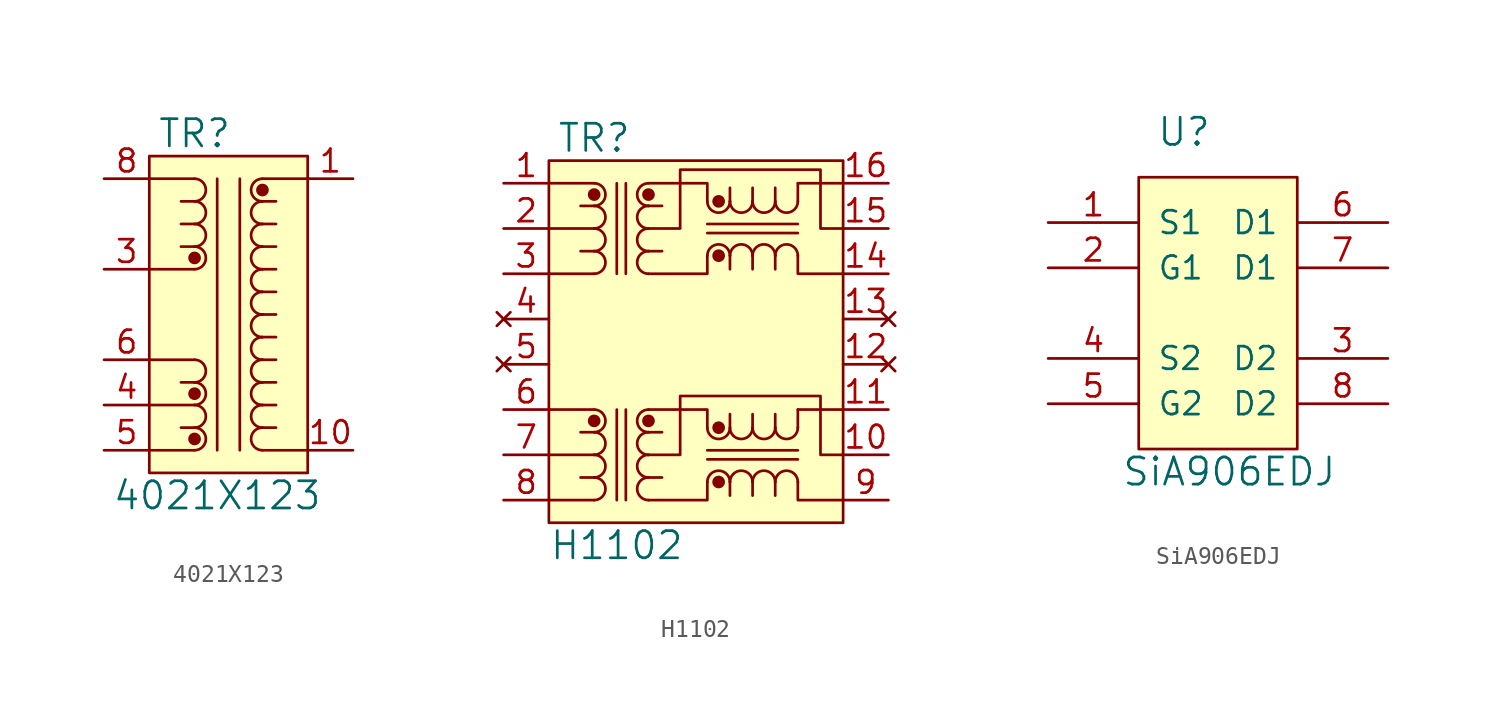
<source format=kicad_sym>
(kicad_symbol_lib
  (version 20231120)
  (generator "kicad_symbol_editor")
  (generator_version "8.0")
  (symbol "4021X123"
    (pin_names
      (offset 1.016))
    (property "Reference" "TR"
      (at 2.54 19.05 0)
      (effects (font (size 1.524 1.524))))
    (property "Value" "4021X123"
      (at 3.81 -1.27 0)
      (effects (font (size 1.524 1.524))))
    (symbol "4021X123_1_1"
      (polyline (pts (xy 0 1.27) (xy 2.54 1.27)) (stroke (width 0) (type default)) (fill (type none)))
      (polyline (pts (xy 0 3.81) (xy 2.54 3.81)) (stroke (width 0) (type default)) (fill (type none)))
      (polyline (pts (xy 0 6.35) (xy 2.54 6.35)) (stroke (width 0) (type default)) (fill (type none)))
      (polyline (pts (xy 0 11.43) (xy 2.54 11.43)) (stroke (width 0) (type default)) (fill (type none)))
      (polyline (pts (xy 0 16.51) (xy 2.54 16.51)) (stroke (width 0) (type default)) (fill (type none)))
      (polyline (pts (xy 2.54 2.54) (xy 1.778 2.54)) (stroke (width 0) (type default)) (fill (type none)))
      (polyline (pts (xy 2.54 5.08) (xy 1.778 5.08)) (stroke (width 0) (type default)) (fill (type none)))
      (polyline (pts (xy 2.54 12.7) (xy 1.778 12.7)) (stroke (width 0) (type default)) (fill (type none)))
      (polyline (pts (xy 2.54 13.97) (xy 1.778 13.97)) (stroke (width 0) (type default)) (fill (type none)))
      (polyline (pts (xy 2.54 15.24) (xy 1.778 15.24)) (stroke (width 0) (type default)) (fill (type none)))
      (polyline (pts (xy 3.81 16.51) (xy 3.81 1.27)) (stroke (width 0) (type default)) (fill (type none)))
      (polyline (pts (xy 5.08 1.27) (xy 5.08 16.51)) (stroke (width 0) (type default)) (fill (type none)))
      (polyline (pts (xy 6.35 1.27) (xy 8.89 1.27)) (stroke (width 0) (type default)) (fill (type none)))
      (polyline (pts (xy 6.35 2.54) (xy 7.112 2.54)) (stroke (width 0) (type default)) (fill (type none)))
      (polyline (pts (xy 6.35 3.81) (xy 7.112 3.81)) (stroke (width 0) (type default)) (fill (type none)))
      (polyline (pts (xy 6.35 5.08) (xy 7.112 5.08)) (stroke (width 0) (type default)) (fill (type none)))
      (polyline (pts (xy 6.35 6.35) (xy 7.112 6.35)) (stroke (width 0) (type default)) (fill (type none)))
      (polyline (pts (xy 6.35 7.62) (xy 7.112 7.62)) (stroke (width 0) (type default)) (fill (type none)))
      (polyline (pts (xy 6.35 8.89) (xy 7.112 8.89)) (stroke (width 0) (type default)) (fill (type none)))
      (polyline (pts (xy 6.35 10.16) (xy 7.112 10.16)) (stroke (width 0) (type default)) (fill (type none)))
      (polyline (pts (xy 6.35 11.43) (xy 7.112 11.43)) (stroke (width 0) (type default)) (fill (type none)))
      (polyline (pts (xy 6.35 12.7) (xy 7.112 12.7)) (stroke (width 0) (type default)) (fill (type none)))
      (polyline (pts (xy 6.35 13.97) (xy 7.112 13.97)) (stroke (width 0) (type default)) (fill (type none)))
      (polyline (pts (xy 6.35 15.24) (xy 7.112 15.24)) (stroke (width 0) (type default)) (fill (type none)))
      (polyline (pts (xy 6.35 16.51) (xy 8.89 16.51)) (stroke (width 0) (type default)) (fill (type none)))
      (rectangle (start 0 17.78) (end 8.89 0) (stroke (width 0) (type default)) (fill (type background)))
      (arc (start 2.54 1.27) (mid 3.1722 1.905) (end 2.54 2.54) (stroke (width 0) (type default)) (fill (type none)))
      (circle (center 2.54 1.905) (radius 0.279) (stroke (width 0) (type default)) (fill (type outline)))
      (arc (start 2.54 2.54) (mid 3.1722 3.175) (end 2.54 3.81) (stroke (width 0) (type default)) (fill (type none)))
      (arc (start 2.54 3.81) (mid 3.1722 4.445) (end 2.54 5.08) (stroke (width 0) (type default)) (fill (type none)))
      (circle (center 2.54 4.445) (radius 0.279) (stroke (width 0) (type default)) (fill (type outline)))
      (arc (start 2.54 5.08) (mid 3.1722 5.715) (end 2.54 6.35) (stroke (width 0) (type default)) (fill (type none)))
      (arc (start 2.54 11.43) (mid 3.1722 12.065) (end 2.54 12.7) (stroke (width 0) (type default)) (fill (type none)))
      (circle (center 2.54 12.065) (radius 0.279) (stroke (width 0) (type default)) (fill (type outline)))
      (arc (start 2.54 15.24) (mid 3.1722 15.875) (end 2.54 16.51) (stroke (width 0) (type default)) (fill (type none)))
      (arc (start 2.5427 12.7) (mid 3.175 13.335) (end 2.5427 13.97) (stroke (width 0) (type default)) (fill (type none)))
      (arc (start 2.5427 13.97) (mid 3.175 14.605) (end 2.5427 15.24) (stroke (width 0) (type default)) (fill (type none)))
      (arc (start 6.3473 2.54) (mid 5.715 1.905) (end 6.3473 1.27) (stroke (width 0) (type default)) (fill (type none)))
      (arc (start 6.3473 3.81) (mid 5.715 3.175) (end 6.3473 2.54) (stroke (width 0) (type default)) (fill (type none)))
      (arc (start 6.3473 5.08) (mid 5.715 4.445) (end 6.3473 3.81) (stroke (width 0) (type default)) (fill (type none)))
      (arc (start 6.3473 6.35) (mid 5.715 5.715) (end 6.3473 5.08) (stroke (width 0) (type default)) (fill (type none)))
      (arc (start 6.3473 7.62) (mid 5.715 6.985) (end 6.3473 6.35) (stroke (width 0) (type default)) (fill (type none)))
      (arc (start 6.3473 8.89) (mid 5.715 8.255) (end 6.3473 7.62) (stroke (width 0) (type default)) (fill (type none)))
      (arc (start 6.3473 10.16) (mid 5.715 9.525) (end 6.3473 8.89) (stroke (width 0) (type default)) (fill (type none)))
      (arc (start 6.3473 11.43) (mid 5.715 10.795) (end 6.3473 10.16) (stroke (width 0) (type default)) (fill (type none)))
      (arc (start 6.3473 12.7) (mid 5.715 12.065) (end 6.3473 11.43) (stroke (width 0) (type default)) (fill (type none)))
      (arc (start 6.3473 13.97) (mid 5.715 13.335) (end 6.3473 12.7) (stroke (width 0) (type default)) (fill (type none)))
      (arc (start 6.3473 15.24) (mid 5.715 14.605) (end 6.3473 13.97) (stroke (width 0) (type default)) (fill (type none)))
      (arc (start 6.3473 16.51) (mid 5.715 15.875) (end 6.3473 15.24) (stroke (width 0) (type default)) (fill (type none)))
      (circle (center 6.35 15.875) (radius 0.279) (stroke (width 0) (type default)) (fill (type outline)))
      (pin bidirectional line (at 11.43 16.51 180) (length 2.54) (name "~" (effects (font (size 1.27 1.27)))) (number "1" (effects (font (size 1.27 1.27)))))
      (pin bidirectional line (at 11.43 1.27 180) (length 2.54) (name "~" (effects (font (size 1.27 1.27)))) (number "10" (effects (font (size 1.27 1.27)))))
      (pin bidirectional line (at -2.54 11.43 0) (length 2.54) (name "~" (effects (font (size 1.27 1.27)))) (number "3" (effects (font (size 1.27 1.27)))))
      (pin bidirectional line (at -2.54 3.81 0) (length 2.54) (name "~" (effects (font (size 1.27 1.27)))) (number "4" (effects (font (size 1.27 1.27)))))
      (pin bidirectional line (at -2.54 1.27 0) (length 2.54) (name "~" (effects (font (size 1.27 1.27)))) (number "5" (effects (font (size 1.27 1.27)))))
      (pin bidirectional line (at -2.54 6.35 0) (length 2.54) (name "~" (effects (font (size 1.27 1.27)))) (number "6" (effects (font (size 1.27 1.27)))))
      (pin bidirectional line (at -2.54 16.51 0) (length 2.54) (name "~" (effects (font (size 1.27 1.27)))) (number "8" (effects (font (size 1.27 1.27)))))))
  (symbol "H1102"
    (pin_names
      (offset 1.016))
    (property "Reference" "TR"
      (at 2.54 21.59 0)
      (effects (font (size 1.524 1.524))))
    (property "Value" "H1102"
      (at 3.81 -1.27 0)
      (effects (font (size 1.524 1.524))))
    (symbol "H1102_1_1"
      (polyline (pts (xy 0 1.27) (xy 2.54 1.27)) (stroke (width 0) (type default)) (fill (type none)))
      (polyline (pts (xy 0 3.81) (xy 2.54 3.81)) (stroke (width 0) (type default)) (fill (type none)))
      (polyline (pts (xy 0 6.35) (xy 2.54 6.35)) (stroke (width 0) (type default)) (fill (type none)))
      (polyline (pts (xy 0 13.97) (xy 2.54 13.97)) (stroke (width 0) (type default)) (fill (type none)))
      (polyline (pts (xy 0 16.51) (xy 2.54 16.51)) (stroke (width 0) (type default)) (fill (type none)))
      (polyline (pts (xy 0 19.05) (xy 2.54 19.05)) (stroke (width 0) (type default)) (fill (type none)))
      (polyline (pts (xy 2.54 2.54) (xy 1.778 2.54)) (stroke (width 0) (type default)) (fill (type none)))
      (polyline (pts (xy 2.54 5.08) (xy 1.778 5.08)) (stroke (width 0) (type default)) (fill (type none)))
      (polyline (pts (xy 2.54 15.24) (xy 1.778 15.24)) (stroke (width 0) (type default)) (fill (type none)))
      (polyline (pts (xy 2.54 17.78) (xy 1.778 17.78)) (stroke (width 0) (type default)) (fill (type none)))
      (polyline (pts (xy 3.81 6.35) (xy 3.81 1.27)) (stroke (width 0) (type default)) (fill (type none)))
      (polyline (pts (xy 3.81 19.05) (xy 3.81 13.97)) (stroke (width 0) (type default)) (fill (type none)))
      (polyline (pts (xy 4.318 1.27) (xy 4.318 6.35)) (stroke (width 0) (type default)) (fill (type none)))
      (polyline (pts (xy 4.318 13.97) (xy 4.318 19.05)) (stroke (width 0) (type default)) (fill (type none)))
      (polyline (pts (xy 5.588 2.54) (xy 6.35 2.54)) (stroke (width 0) (type default)) (fill (type none)))
      (polyline (pts (xy 5.588 5.08) (xy 6.35 5.08)) (stroke (width 0) (type default)) (fill (type none)))
      (polyline (pts (xy 5.588 15.24) (xy 6.35 15.24)) (stroke (width 0) (type default)) (fill (type none)))
      (polyline (pts (xy 5.588 17.78) (xy 6.35 17.78)) (stroke (width 0) (type default)) (fill (type none)))
      (polyline (pts (xy 8.89 3.556) (xy 13.97 3.556)) (stroke (width 0) (type default)) (fill (type none)))
      (polyline (pts (xy 8.89 16.256) (xy 13.97 16.256)) (stroke (width 0) (type default)) (fill (type none)))
      (polyline (pts (xy 10.16 2.286) (xy 10.16 1.524)) (stroke (width 0) (type default)) (fill (type none)))
      (polyline (pts (xy 10.16 5.334) (xy 10.16 6.096)) (stroke (width 0) (type default)) (fill (type none)))
      (polyline (pts (xy 10.16 14.986) (xy 10.16 14.224)) (stroke (width 0) (type default)) (fill (type none)))
      (polyline (pts (xy 10.16 18.034) (xy 10.16 18.796)) (stroke (width 0) (type default)) (fill (type none)))
      (polyline (pts (xy 11.43 2.286) (xy 11.43 1.524)) (stroke (width 0) (type default)) (fill (type none)))
      (polyline (pts (xy 11.43 5.334) (xy 11.43 6.096)) (stroke (width 0) (type default)) (fill (type none)))
      (polyline (pts (xy 11.43 14.986) (xy 11.43 14.224)) (stroke (width 0) (type default)) (fill (type none)))
      (polyline (pts (xy 11.43 18.034) (xy 11.43 18.796)) (stroke (width 0) (type default)) (fill (type none)))
      (polyline (pts (xy 12.7 2.286) (xy 12.7 1.524)) (stroke (width 0) (type default)) (fill (type none)))
      (polyline (pts (xy 12.7 5.334) (xy 12.7 6.096)) (stroke (width 0) (type default)) (fill (type none)))
      (polyline (pts (xy 12.7 14.986) (xy 12.7 14.224)) (stroke (width 0) (type default)) (fill (type none)))
      (polyline (pts (xy 12.7 18.034) (xy 12.7 18.796)) (stroke (width 0) (type default)) (fill (type none)))
      (polyline (pts (xy 13.97 4.064) (xy 8.89 4.064)) (stroke (width 0) (type default)) (fill (type none)))
      (polyline (pts (xy 13.97 6.35) (xy 13.97 5.334)) (stroke (width 0) (type default)) (fill (type none)))
      (polyline (pts (xy 13.97 6.35) (xy 16.51 6.35)) (stroke (width 0) (type default)) (fill (type none)))
      (polyline (pts (xy 13.97 16.764) (xy 8.89 16.764)) (stroke (width 0) (type default)) (fill (type none)))
      (polyline (pts (xy 13.97 19.05) (xy 13.97 18.034)) (stroke (width 0) (type default)) (fill (type none)))
      (polyline (pts (xy 13.97 19.05) (xy 16.51 19.05)) (stroke (width 0) (type default)) (fill (type none)))
      (polyline (pts (xy 5.588 1.27) (xy 8.89 1.27) (xy 8.89 2.286)) (stroke (width 0) (type default)) (fill (type none)))
      (polyline (pts (xy 5.588 13.97) (xy 8.89 13.97) (xy 8.89 14.986)) (stroke (width 0) (type default)) (fill (type none)))
      (polyline (pts (xy 8.89 5.334) (xy 8.89 6.35) (xy 5.588 6.35)) (stroke (width 0) (type default)) (fill (type none)))
      (polyline (pts (xy 8.89 18.034) (xy 8.89 19.05) (xy 5.588 19.05)) (stroke (width 0) (type default)) (fill (type none)))
      (polyline (pts (xy 16.51 1.27) (xy 13.97 1.27) (xy 13.97 2.286)) (stroke (width 0) (type default)) (fill (type none)))
      (polyline (pts (xy 16.51 13.97) (xy 13.97 13.97) (xy 13.97 14.986)) (stroke (width 0) (type default)) (fill (type none)))
      (polyline (pts (xy 16.51 3.81) (xy 15.24 3.81) (xy 15.24 7.112) (xy 7.366 7.112) (xy 7.366 3.81) (xy 5.588 3.81)) (stroke (width 0) (type default)) (fill (type none)))
      (polyline (pts (xy 16.51 16.51) (xy 15.24 16.51) (xy 15.24 19.812) (xy 7.366 19.812) (xy 7.366 16.51) (xy 5.588 16.51)) (stroke (width 0) (type default)) (fill (type none)))
      (rectangle (start 0 0) (end 16.51 20.32) (stroke (width 0) (type default)) (fill (type background)))
      (arc (start 2.54 1.27) (mid 3.1722 1.905) (end 2.54 2.54) (stroke (width 0) (type default)) (fill (type none)))
      (arc (start 2.54 2.54) (mid 3.1722 3.175) (end 2.54 3.81) (stroke (width 0) (type default)) (fill (type none)))
      (arc (start 2.54 3.81) (mid 3.1722 4.445) (end 2.54 5.08) (stroke (width 0) (type default)) (fill (type none)))
      (arc (start 2.54 5.08) (mid 3.1722 5.715) (end 2.54 6.35) (stroke (width 0) (type default)) (fill (type none)))
      (circle (center 2.54 5.715) (radius 0.279) (stroke (width 0) (type default)) (fill (type outline)))
      (arc (start 2.54 13.97) (mid 3.1722 14.605) (end 2.54 15.24) (stroke (width 0) (type default)) (fill (type none)))
      (arc (start 2.54 15.24) (mid 3.1722 15.875) (end 2.54 16.51) (stroke (width 0) (type default)) (fill (type none)))
      (arc (start 2.54 16.51) (mid 3.1722 17.145) (end 2.54 17.78) (stroke (width 0) (type default)) (fill (type none)))
      (arc (start 2.54 17.78) (mid 3.1722 18.415) (end 2.54 19.05) (stroke (width 0) (type default)) (fill (type none)))
      (circle (center 2.54 18.415) (radius 0.279) (stroke (width 0) (type default)) (fill (type outline)))
      (arc (start 5.588 2.54) (mid 4.9557 1.905) (end 5.588 1.27) (stroke (width 0) (type default)) (fill (type none)))
      (arc (start 5.588 3.81) (mid 4.9557 3.175) (end 5.588 2.54) (stroke (width 0) (type default)) (fill (type none)))
      (arc (start 5.588 5.08) (mid 4.9557 4.445) (end 5.588 3.81) (stroke (width 0) (type default)) (fill (type none)))
      (circle (center 5.588 5.715) (radius 0.279) (stroke (width 0) (type default)) (fill (type outline)))
      (arc (start 5.588 6.35) (mid 4.9557 5.715) (end 5.588 5.08) (stroke (width 0) (type default)) (fill (type none)))
      (arc (start 5.588 15.24) (mid 4.9557 14.605) (end 5.588 13.97) (stroke (width 0) (type default)) (fill (type none)))
      (arc (start 5.588 16.51) (mid 4.9557 15.875) (end 5.588 15.24) (stroke (width 0) (type default)) (fill (type none)))
      (arc (start 5.588 17.78) (mid 4.9557 17.145) (end 5.588 16.51) (stroke (width 0) (type default)) (fill (type none)))
      (circle (center 5.588 18.415) (radius 0.279) (stroke (width 0) (type default)) (fill (type outline)))
      (arc (start 5.588 19.05) (mid 4.9557 18.415) (end 5.588 17.78) (stroke (width 0) (type default)) (fill (type none)))
      (arc (start 8.89 5.334) (mid 9.525 4.7017) (end 10.16 5.334) (stroke (width 0) (type default)) (fill (type none)))
      (arc (start 8.89 18.034) (mid 9.525 17.4017) (end 10.16 18.034) (stroke (width 0) (type default)) (fill (type none)))
      (circle (center 9.525 2.286) (radius 0.279) (stroke (width 0) (type default)) (fill (type outline)))
      (circle (center 9.525 5.334) (radius 0.279) (stroke (width 0) (type default)) (fill (type outline)))
      (circle (center 9.525 14.986) (radius 0.279) (stroke (width 0) (type default)) (fill (type outline)))
      (circle (center 9.525 18.034) (radius 0.279) (stroke (width 0) (type default)) (fill (type outline)))
      (arc (start 10.16 2.286) (mid 9.525 2.9182) (end 8.89 2.286) (stroke (width 0) (type default)) (fill (type none)))
      (arc (start 10.16 5.334) (mid 10.795 4.7017) (end 11.43 5.334) (stroke (width 0) (type default)) (fill (type none)))
      (arc (start 10.16 14.986) (mid 9.525 15.6182) (end 8.89 14.986) (stroke (width 0) (type default)) (fill (type none)))
      (arc (start 10.16 18.034) (mid 10.795 17.4017) (end 11.43 18.034) (stroke (width 0) (type default)) (fill (type none)))
      (arc (start 11.43 2.286) (mid 10.795 2.9182) (end 10.16 2.286) (stroke (width 0) (type default)) (fill (type none)))
      (arc (start 11.43 5.334) (mid 12.065 4.7017) (end 12.7 5.334) (stroke (width 0) (type default)) (fill (type none)))
      (arc (start 11.43 14.986) (mid 10.795 15.6182) (end 10.16 14.986) (stroke (width 0) (type default)) (fill (type none)))
      (arc (start 11.43 18.034) (mid 12.065 17.4017) (end 12.7 18.034) (stroke (width 0) (type default)) (fill (type none)))
      (arc (start 12.7 2.286) (mid 12.065 2.9182) (end 11.43 2.286) (stroke (width 0) (type default)) (fill (type none)))
      (arc (start 12.7 5.334) (mid 13.335 4.7017) (end 13.97 5.334) (stroke (width 0) (type default)) (fill (type none)))
      (arc (start 12.7 14.986) (mid 12.065 15.6182) (end 11.43 14.986) (stroke (width 0) (type default)) (fill (type none)))
      (arc (start 12.7 18.034) (mid 13.335 17.4017) (end 13.97 18.034) (stroke (width 0) (type default)) (fill (type none)))
      (arc (start 13.97 2.286) (mid 13.335 2.9182) (end 12.7 2.286) (stroke (width 0) (type default)) (fill (type none)))
      (arc (start 13.97 14.986) (mid 13.335 15.6182) (end 12.7 14.986) (stroke (width 0) (type default)) (fill (type none)))
      (pin bidirectional line (at -2.54 19.05 0) (length 2.54) (name "~" (effects (font (size 1.27 1.27)))) (number "1" (effects (font (size 1.27 1.27)))))
      (pin bidirectional line (at 19.05 3.81 180) (length 2.54) (name "~" (effects (font (size 1.27 1.27)))) (number "10" (effects (font (size 1.27 1.27)))))
      (pin bidirectional line (at 19.05 6.35 180) (length 2.54) (name "~" (effects (font (size 1.27 1.27)))) (number "11" (effects (font (size 1.27 1.27)))))
      (pin no_connect line (at 19.05 8.89 180) (length 2.54) (name "~" (effects (font (size 1.27 1.27)))) (number "12" (effects (font (size 1.27 1.27)))))
      (pin no_connect line (at 19.05 11.43 180) (length 2.54) (name "~" (effects (font (size 1.27 1.27)))) (number "13" (effects (font (size 1.27 1.27)))))
      (pin bidirectional line (at 19.05 13.97 180) (length 2.54) (name "~" (effects (font (size 1.27 1.27)))) (number "14" (effects (font (size 1.27 1.27)))))
      (pin bidirectional line (at 19.05 16.51 180) (length 2.54) (name "~" (effects (font (size 1.27 1.27)))) (number "15" (effects (font (size 1.27 1.27)))))
      (pin bidirectional line (at 19.05 19.05 180) (length 2.54) (name "~" (effects (font (size 1.27 1.27)))) (number "16" (effects (font (size 1.27 1.27)))))
      (pin bidirectional line (at -2.54 16.51 0) (length 2.54) (name "~" (effects (font (size 1.27 1.27)))) (number "2" (effects (font (size 1.27 1.27)))))
      (pin bidirectional line (at -2.54 13.97 0) (length 2.54) (name "~" (effects (font (size 1.27 1.27)))) (number "3" (effects (font (size 1.27 1.27)))))
      (pin no_connect line (at -2.54 11.43 0) (length 2.54) (name "~" (effects (font (size 1.27 1.27)))) (number "4" (effects (font (size 1.27 1.27)))))
      (pin no_connect line (at -2.54 8.89 0) (length 2.54) (name "~" (effects (font (size 1.27 1.27)))) (number "5" (effects (font (size 1.27 1.27)))))
      (pin bidirectional line (at -2.54 6.35 0) (length 2.54) (name "~" (effects (font (size 1.27 1.27)))) (number "6" (effects (font (size 1.27 1.27)))))
      (pin bidirectional line (at -2.54 3.81 0) (length 2.54) (name "~" (effects (font (size 1.27 1.27)))) (number "7" (effects (font (size 1.27 1.27)))))
      (pin bidirectional line (at -2.54 1.27 0) (length 2.54) (name "~" (effects (font (size 1.27 1.27)))) (number "8" (effects (font (size 1.27 1.27)))))
      (pin bidirectional line (at 19.05 1.27 180) (length 2.54) (name "~" (effects (font (size 1.27 1.27)))) (number "9" (effects (font (size 1.27 1.27)))))))
  (symbol "SiA906EDJ"
    (pin_names
      (offset 1.016))
    (property "Reference" "U"
      (at 2.54 17.78 0)
      (effects (font (size 1.524 1.524))))
    (property "Value" "SiA906EDJ"
      (at 5.08 -1.27 0)
      (effects (font (size 1.524 1.524))))
    (property "Footprint" ""
      (at -2.54 -2.54 0)
      (effects (font (size 1.524 1.524))))
    (property "Datasheet" ""
      (at -2.54 -2.54 0)
      (effects (font (size 1.524 1.524))))
    (symbol "SiA906EDJ_0_1"
      (rectangle (start 0 0) (end 8.89 15.24) (stroke (width 0) (type default)) (fill (type background))))
    (symbol "SiA906EDJ_1_1"
      (pin power_in line (at -5.08 12.7 0) (length 5.08) (name "S1" (effects (font (size 1.27 1.27)))) (number "1" (effects (font (size 1.27 1.27)))))
      (pin input line (at -5.08 10.16 0) (length 5.08) (name "G1" (effects (font (size 1.27 1.27)))) (number "2" (effects (font (size 1.27 1.27)))))
      (pin power_out line (at 13.97 5.08 180) (length 5.08) (name "D2" (effects (font (size 1.27 1.27)))) (number "3" (effects (font (size 1.27 1.27)))))
      (pin power_in line (at -5.08 5.08 0) (length 5.08) (name "S2" (effects (font (size 1.27 1.27)))) (number "4" (effects (font (size 1.27 1.27)))))
      (pin input line (at -5.08 2.54 0) (length 5.08) (name "G2" (effects (font (size 1.27 1.27)))) (number "5" (effects (font (size 1.27 1.27)))))
      (pin power_out line (at 13.97 12.7 180) (length 5.08) (name "D1" (effects (font (size 1.27 1.27)))) (number "6" (effects (font (size 1.27 1.27)))))
      (pin power_out line (at 13.97 10.16 180) (length 5.08) (name "D1" (effects (font (size 1.27 1.27)))) (number "7" (effects (font (size 1.27 1.27)))))
      (pin power_out line (at 13.97 2.54 180) (length 5.08) (name "D2" (effects (font (size 1.27 1.27)))) (number "8" (effects (font (size 1.27 1.27))))))))
</source>
